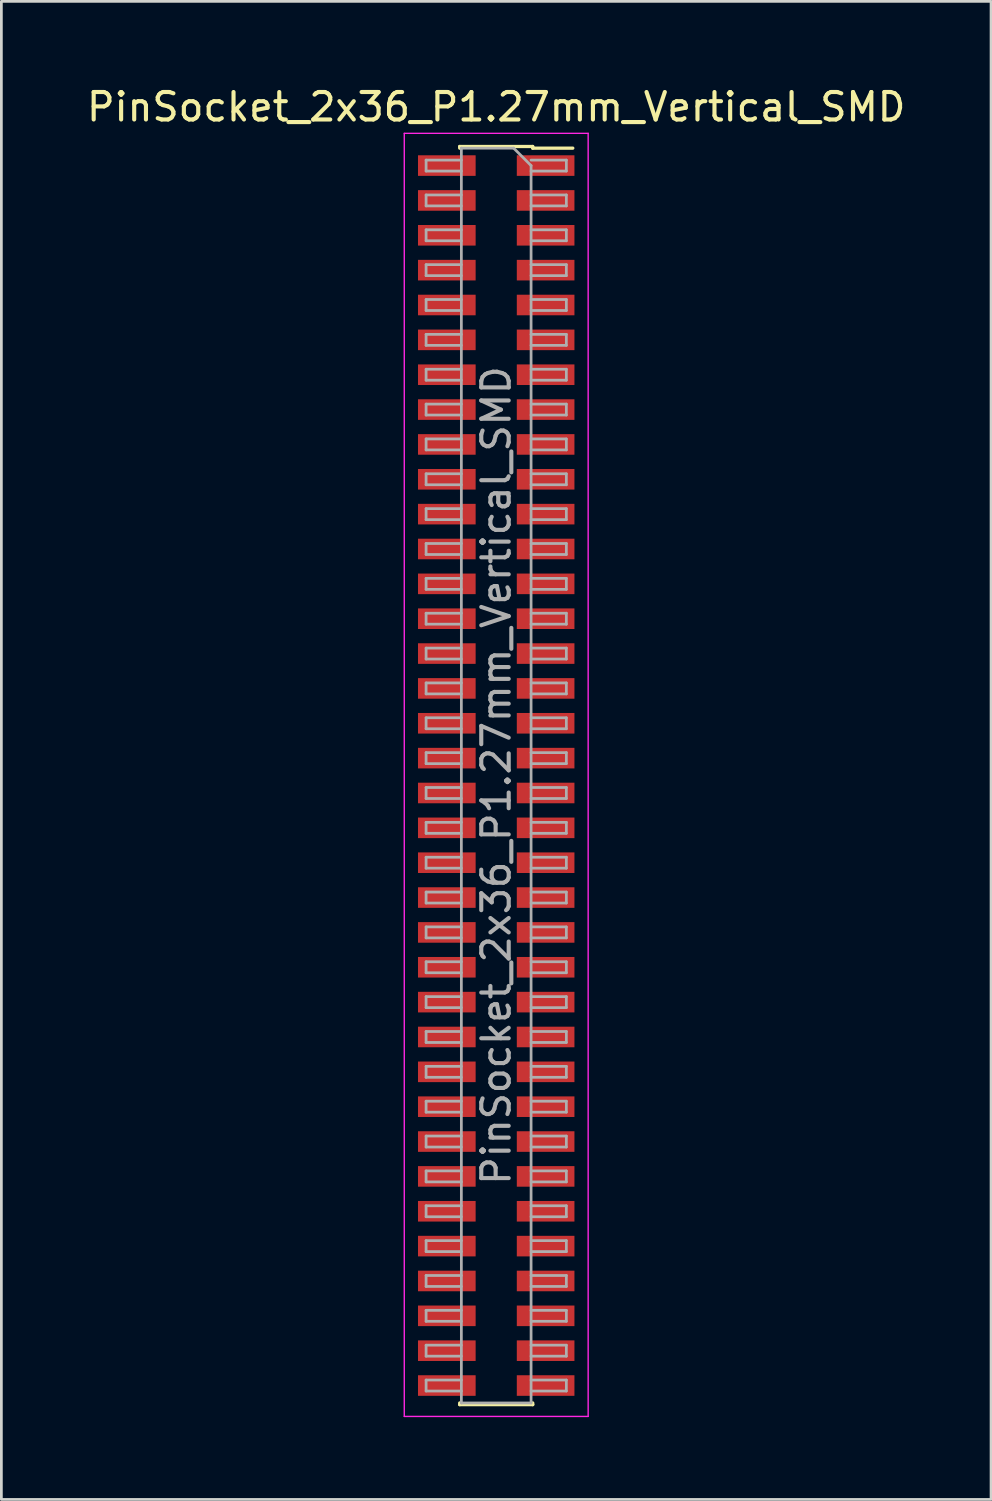
<source format=kicad_pcb>
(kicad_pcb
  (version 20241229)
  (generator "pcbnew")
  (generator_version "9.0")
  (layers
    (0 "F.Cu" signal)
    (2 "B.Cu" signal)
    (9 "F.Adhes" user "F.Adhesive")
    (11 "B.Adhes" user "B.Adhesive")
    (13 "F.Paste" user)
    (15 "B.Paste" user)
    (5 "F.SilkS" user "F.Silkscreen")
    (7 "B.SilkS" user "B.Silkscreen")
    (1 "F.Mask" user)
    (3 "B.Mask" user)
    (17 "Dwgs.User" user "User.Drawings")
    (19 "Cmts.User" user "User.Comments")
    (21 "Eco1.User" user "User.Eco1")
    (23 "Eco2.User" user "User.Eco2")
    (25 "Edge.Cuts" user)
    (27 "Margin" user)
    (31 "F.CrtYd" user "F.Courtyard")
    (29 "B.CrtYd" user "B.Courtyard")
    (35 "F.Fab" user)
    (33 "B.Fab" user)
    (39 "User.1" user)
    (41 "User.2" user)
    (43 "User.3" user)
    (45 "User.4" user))
  (footprint "PinSocket_2x36_P1.27mm_Vertical_SMD"
    (layer "F.Cu")
    (at 15.03 25.208)
    (property "Reference" "PinSocket_2x36_P1.27mm_Vertical_SMD" (at 0 -24.36 0) (layer "F.SilkS") (effects (font (size 1 1) (thickness 0.15))))
    (attr smd)
    (fp_line (start -1.33 -22.92) (end -1.33 -22.86) (stroke (width 0.12) (type solid)) (layer "F.SilkS"))
    (fp_line (start -1.33 -22.92) (end 1.33 -22.92) (stroke (width 0.12) (type solid)) (layer "F.SilkS"))
    (fp_line (start -1.33 22.86) (end -1.33 22.92) (stroke (width 0.12) (type solid)) (layer "F.SilkS"))
    (fp_line (start -1.33 22.92) (end 1.33 22.92) (stroke (width 0.12) (type solid)) (layer "F.SilkS"))
    (fp_line (start 1.33 -22.92) (end 1.33 -22.86) (stroke (width 0.12) (type solid)) (layer "F.SilkS"))
    (fp_line (start 1.33 -22.86) (end 2.79 -22.86) (stroke (width 0.12) (type solid)) (layer "F.SilkS"))
    (fp_line (start 1.33 22.86) (end 1.33 22.92) (stroke (width 0.12) (type solid)) (layer "F.SilkS"))
    (fp_line (start -3.35 -23.4) (end 3.35 -23.4) (stroke (width 0.05) (type solid)) (layer "F.CrtYd"))
    (fp_line (start -3.35 23.35) (end -3.35 -23.4) (stroke (width 0.05) (type solid)) (layer "F.CrtYd"))
    (fp_line (start 3.35 -23.4) (end 3.35 23.35) (stroke (width 0.05) (type solid)) (layer "F.CrtYd"))
    (fp_line (start 3.35 23.35) (end -3.35 23.35) (stroke (width 0.05) (type solid)) (layer "F.CrtYd"))
    (fp_line (start -2.555 -22.425) (end -1.27 -22.425) (stroke (width 0.1) (type solid)) (layer "F.Fab"))
    (fp_line (start -2.555 -22.025) (end -2.555 -22.425) (stroke (width 0.1) (type solid)) (layer "F.Fab"))
    (fp_line (start -2.555 -21.155) (end -1.27 -21.155) (stroke (width 0.1) (type solid)) (layer "F.Fab"))
    (fp_line (start -2.555 -20.755) (end -2.555 -21.155) (stroke (width 0.1) (type solid)) (layer "F.Fab"))
    (fp_line (start -2.555 -19.885) (end -1.27 -19.885) (stroke (width 0.1) (type solid)) (layer "F.Fab"))
    (fp_line (start -2.555 -19.485) (end -2.555 -19.885) (stroke (width 0.1) (type solid)) (layer "F.Fab"))
    (fp_line (start -2.555 -18.615) (end -1.27 -18.615) (stroke (width 0.1) (type solid)) (layer "F.Fab"))
    (fp_line (start -2.555 -18.215) (end -2.555 -18.615) (stroke (width 0.1) (type solid)) (layer "F.Fab"))
    (fp_line (start -2.555 -17.345) (end -1.27 -17.345) (stroke (width 0.1) (type solid)) (layer "F.Fab"))
    (fp_line (start -2.555 -16.945) (end -2.555 -17.345) (stroke (width 0.1) (type solid)) (layer "F.Fab"))
    (fp_line (start -2.555 -16.075) (end -1.27 -16.075) (stroke (width 0.1) (type solid)) (layer "F.Fab"))
    (fp_line (start -2.555 -15.675) (end -2.555 -16.075) (stroke (width 0.1) (type solid)) (layer "F.Fab"))
    (fp_line (start -2.555 -14.805) (end -1.27 -14.805) (stroke (width 0.1) (type solid)) (layer "F.Fab"))
    (fp_line (start -2.555 -14.405) (end -2.555 -14.805) (stroke (width 0.1) (type solid)) (layer "F.Fab"))
    (fp_line (start -2.555 -13.535) (end -1.27 -13.535) (stroke (width 0.1) (type solid)) (layer "F.Fab"))
    (fp_line (start -2.555 -13.135) (end -2.555 -13.535) (stroke (width 0.1) (type solid)) (layer "F.Fab"))
    (fp_line (start -2.555 -12.265) (end -1.27 -12.265) (stroke (width 0.1) (type solid)) (layer "F.Fab"))
    (fp_line (start -2.555 -11.865) (end -2.555 -12.265) (stroke (width 0.1) (type solid)) (layer "F.Fab"))
    (fp_line (start -2.555 -10.995) (end -1.27 -10.995) (stroke (width 0.1) (type solid)) (layer "F.Fab"))
    (fp_line (start -2.555 -10.595) (end -2.555 -10.995) (stroke (width 0.1) (type solid)) (layer "F.Fab"))
    (fp_line (start -2.555 -9.725) (end -1.27 -9.725) (stroke (width 0.1) (type solid)) (layer "F.Fab"))
    (fp_line (start -2.555 -9.325) (end -2.555 -9.725) (stroke (width 0.1) (type solid)) (layer "F.Fab"))
    (fp_line (start -2.555 -8.455) (end -1.27 -8.455) (stroke (width 0.1) (type solid)) (layer "F.Fab"))
    (fp_line (start -2.555 -8.055) (end -2.555 -8.455) (stroke (width 0.1) (type solid)) (layer "F.Fab"))
    (fp_line (start -2.555 -7.185) (end -1.27 -7.185) (stroke (width 0.1) (type solid)) (layer "F.Fab"))
    (fp_line (start -2.555 -6.785) (end -2.555 -7.185) (stroke (width 0.1) (type solid)) (layer "F.Fab"))
    (fp_line (start -2.555 -5.915) (end -1.27 -5.915) (stroke (width 0.1) (type solid)) (layer "F.Fab"))
    (fp_line (start -2.555 -5.515) (end -2.555 -5.915) (stroke (width 0.1) (type solid)) (layer "F.Fab"))
    (fp_line (start -2.555 -4.645) (end -1.27 -4.645) (stroke (width 0.1) (type solid)) (layer "F.Fab"))
    (fp_line (start -2.555 -4.245) (end -2.555 -4.645) (stroke (width 0.1) (type solid)) (layer "F.Fab"))
    (fp_line (start -2.555 -3.375) (end -1.27 -3.375) (stroke (width 0.1) (type solid)) (layer "F.Fab"))
    (fp_line (start -2.555 -2.975) (end -2.555 -3.375) (stroke (width 0.1) (type solid)) (layer "F.Fab"))
    (fp_line (start -2.555 -2.105) (end -1.27 -2.105) (stroke (width 0.1) (type solid)) (layer "F.Fab"))
    (fp_line (start -2.555 -1.705) (end -2.555 -2.105) (stroke (width 0.1) (type solid)) (layer "F.Fab"))
    (fp_line (start -2.555 -0.835) (end -1.27 -0.835) (stroke (width 0.1) (type solid)) (layer "F.Fab"))
    (fp_line (start -2.555 -0.435) (end -2.555 -0.835) (stroke (width 0.1) (type solid)) (layer "F.Fab"))
    (fp_line (start -2.555 0.435) (end -1.27 0.435) (stroke (width 0.1) (type solid)) (layer "F.Fab"))
    (fp_line (start -2.555 0.835) (end -2.555 0.435) (stroke (width 0.1) (type solid)) (layer "F.Fab"))
    (fp_line (start -2.555 1.705) (end -1.27 1.705) (stroke (width 0.1) (type solid)) (layer "F.Fab"))
    (fp_line (start -2.555 2.105) (end -2.555 1.705) (stroke (width 0.1) (type solid)) (layer "F.Fab"))
    (fp_line (start -2.555 2.975) (end -1.27 2.975) (stroke (width 0.1) (type solid)) (layer "F.Fab"))
    (fp_line (start -2.555 3.375) (end -2.555 2.975) (stroke (width 0.1) (type solid)) (layer "F.Fab"))
    (fp_line (start -2.555 4.245) (end -1.27 4.245) (stroke (width 0.1) (type solid)) (layer "F.Fab"))
    (fp_line (start -2.555 4.645) (end -2.555 4.245) (stroke (width 0.1) (type solid)) (layer "F.Fab"))
    (fp_line (start -2.555 5.515) (end -1.27 5.515) (stroke (width 0.1) (type solid)) (layer "F.Fab"))
    (fp_line (start -2.555 5.915) (end -2.555 5.515) (stroke (width 0.1) (type solid)) (layer "F.Fab"))
    (fp_line (start -2.555 6.785) (end -1.27 6.785) (stroke (width 0.1) (type solid)) (layer "F.Fab"))
    (fp_line (start -2.555 7.185) (end -2.555 6.785) (stroke (width 0.1) (type solid)) (layer "F.Fab"))
    (fp_line (start -2.555 8.055) (end -1.27 8.055) (stroke (width 0.1) (type solid)) (layer "F.Fab"))
    (fp_line (start -2.555 8.455) (end -2.555 8.055) (stroke (width 0.1) (type solid)) (layer "F.Fab"))
    (fp_line (start -2.555 9.325) (end -1.27 9.325) (stroke (width 0.1) (type solid)) (layer "F.Fab"))
    (fp_line (start -2.555 9.725) (end -2.555 9.325) (stroke (width 0.1) (type solid)) (layer "F.Fab"))
    (fp_line (start -2.555 10.595) (end -1.27 10.595) (stroke (width 0.1) (type solid)) (layer "F.Fab"))
    (fp_line (start -2.555 10.995) (end -2.555 10.595) (stroke (width 0.1) (type solid)) (layer "F.Fab"))
    (fp_line (start -2.555 11.865) (end -1.27 11.865) (stroke (width 0.1) (type solid)) (layer "F.Fab"))
    (fp_line (start -2.555 12.265) (end -2.555 11.865) (stroke (width 0.1) (type solid)) (layer "F.Fab"))
    (fp_line (start -2.555 13.135) (end -1.27 13.135) (stroke (width 0.1) (type solid)) (layer "F.Fab"))
    (fp_line (start -2.555 13.535) (end -2.555 13.135) (stroke (width 0.1) (type solid)) (layer "F.Fab"))
    (fp_line (start -2.555 14.405) (end -1.27 14.405) (stroke (width 0.1) (type solid)) (layer "F.Fab"))
    (fp_line (start -2.555 14.805) (end -2.555 14.405) (stroke (width 0.1) (type solid)) (layer "F.Fab"))
    (fp_line (start -2.555 15.675) (end -1.27 15.675) (stroke (width 0.1) (type solid)) (layer "F.Fab"))
    (fp_line (start -2.555 16.075) (end -2.555 15.675) (stroke (width 0.1) (type solid)) (layer "F.Fab"))
    (fp_line (start -2.555 16.945) (end -1.27 16.945) (stroke (width 0.1) (type solid)) (layer "F.Fab"))
    (fp_line (start -2.555 17.345) (end -2.555 16.945) (stroke (width 0.1) (type solid)) (layer "F.Fab"))
    (fp_line (start -2.555 18.215) (end -1.27 18.215) (stroke (width 0.1) (type solid)) (layer "F.Fab"))
    (fp_line (start -2.555 18.615) (end -2.555 18.215) (stroke (width 0.1) (type solid)) (layer "F.Fab"))
    (fp_line (start -2.555 19.485) (end -1.27 19.485) (stroke (width 0.1) (type solid)) (layer "F.Fab"))
    (fp_line (start -2.555 19.885) (end -2.555 19.485) (stroke (width 0.1) (type solid)) (layer "F.Fab"))
    (fp_line (start -2.555 20.755) (end -1.27 20.755) (stroke (width 0.1) (type solid)) (layer "F.Fab"))
    (fp_line (start -2.555 21.155) (end -2.555 20.755) (stroke (width 0.1) (type solid)) (layer "F.Fab"))
    (fp_line (start -2.555 22.025) (end -1.27 22.025) (stroke (width 0.1) (type solid)) (layer "F.Fab"))
    (fp_line (start -2.555 22.425) (end -2.555 22.025) (stroke (width 0.1) (type solid)) (layer "F.Fab"))
    (fp_line (start -1.27 -22.86) (end 0.635 -22.86) (stroke (width 0.1) (type solid)) (layer "F.Fab"))
    (fp_line (start -1.27 -22.025) (end -2.555 -22.025) (stroke (width 0.1) (type solid)) (layer "F.Fab"))
    (fp_line (start -1.27 -20.755) (end -2.555 -20.755) (stroke (width 0.1) (type solid)) (layer "F.Fab"))
    (fp_line (start -1.27 -19.485) (end -2.555 -19.485) (stroke (width 0.1) (type solid)) (layer "F.Fab"))
    (fp_line (start -1.27 -18.215) (end -2.555 -18.215) (stroke (width 0.1) (type solid)) (layer "F.Fab"))
    (fp_line (start -1.27 -16.945) (end -2.555 -16.945) (stroke (width 0.1) (type solid)) (layer "F.Fab"))
    (fp_line (start -1.27 -15.675) (end -2.555 -15.675) (stroke (width 0.1) (type solid)) (layer "F.Fab"))
    (fp_line (start -1.27 -14.405) (end -2.555 -14.405) (stroke (width 0.1) (type solid)) (layer "F.Fab"))
    (fp_line (start -1.27 -13.135) (end -2.555 -13.135) (stroke (width 0.1) (type solid)) (layer "F.Fab"))
    (fp_line (start -1.27 -11.865) (end -2.555 -11.865) (stroke (width 0.1) (type solid)) (layer "F.Fab"))
    (fp_line (start -1.27 -10.595) (end -2.555 -10.595) (stroke (width 0.1) (type solid)) (layer "F.Fab"))
    (fp_line (start -1.27 -9.325) (end -2.555 -9.325) (stroke (width 0.1) (type solid)) (layer "F.Fab"))
    (fp_line (start -1.27 -8.055) (end -2.555 -8.055) (stroke (width 0.1) (type solid)) (layer "F.Fab"))
    (fp_line (start -1.27 -6.785) (end -2.555 -6.785) (stroke (width 0.1) (type solid)) (layer "F.Fab"))
    (fp_line (start -1.27 -5.515) (end -2.555 -5.515) (stroke (width 0.1) (type solid)) (layer "F.Fab"))
    (fp_line (start -1.27 -4.245) (end -2.555 -4.245) (stroke (width 0.1) (type solid)) (layer "F.Fab"))
    (fp_line (start -1.27 -2.975) (end -2.555 -2.975) (stroke (width 0.1) (type solid)) (layer "F.Fab"))
    (fp_line (start -1.27 -1.705) (end -2.555 -1.705) (stroke (width 0.1) (type solid)) (layer "F.Fab"))
    (fp_line (start -1.27 -0.435) (end -2.555 -0.435) (stroke (width 0.1) (type solid)) (layer "F.Fab"))
    (fp_line (start -1.27 0.835) (end -2.555 0.835) (stroke (width 0.1) (type solid)) (layer "F.Fab"))
    (fp_line (start -1.27 2.105) (end -2.555 2.105) (stroke (width 0.1) (type solid)) (layer "F.Fab"))
    (fp_line (start -1.27 3.375) (end -2.555 3.375) (stroke (width 0.1) (type solid)) (layer "F.Fab"))
    (fp_line (start -1.27 4.645) (end -2.555 4.645) (stroke (width 0.1) (type solid)) (layer "F.Fab"))
    (fp_line (start -1.27 5.915) (end -2.555 5.915) (stroke (width 0.1) (type solid)) (layer "F.Fab"))
    (fp_line (start -1.27 7.185) (end -2.555 7.185) (stroke (width 0.1) (type solid)) (layer "F.Fab"))
    (fp_line (start -1.27 8.455) (end -2.555 8.455) (stroke (width 0.1) (type solid)) (layer "F.Fab"))
    (fp_line (start -1.27 9.725) (end -2.555 9.725) (stroke (width 0.1) (type solid)) (layer "F.Fab"))
    (fp_line (start -1.27 10.995) (end -2.555 10.995) (stroke (width 0.1) (type solid)) (layer "F.Fab"))
    (fp_line (start -1.27 12.265) (end -2.555 12.265) (stroke (width 0.1) (type solid)) (layer "F.Fab"))
    (fp_line (start -1.27 13.535) (end -2.555 13.535) (stroke (width 0.1) (type solid)) (layer "F.Fab"))
    (fp_line (start -1.27 14.805) (end -2.555 14.805) (stroke (width 0.1) (type solid)) (layer "F.Fab"))
    (fp_line (start -1.27 16.075) (end -2.555 16.075) (stroke (width 0.1) (type solid)) (layer "F.Fab"))
    (fp_line (start -1.27 17.345) (end -2.555 17.345) (stroke (width 0.1) (type solid)) (layer "F.Fab"))
    (fp_line (start -1.27 18.615) (end -2.555 18.615) (stroke (width 0.1) (type solid)) (layer "F.Fab"))
    (fp_line (start -1.27 19.885) (end -2.555 19.885) (stroke (width 0.1) (type solid)) (layer "F.Fab"))
    (fp_line (start -1.27 21.155) (end -2.555 21.155) (stroke (width 0.1) (type solid)) (layer "F.Fab"))
    (fp_line (start -1.27 22.425) (end -2.555 22.425) (stroke (width 0.1) (type solid)) (layer "F.Fab"))
    (fp_line (start -1.27 22.86) (end -1.27 -22.86) (stroke (width 0.1) (type solid)) (layer "F.Fab"))
    (fp_line (start 0.635 -22.86) (end 1.27 -22.225) (stroke (width 0.1) (type solid)) (layer "F.Fab"))
    (fp_line (start 1.27 -22.425) (end 2.555 -22.425) (stroke (width 0.1) (type solid)) (layer "F.Fab"))
    (fp_line (start 1.27 -22.225) (end 1.27 22.86) (stroke (width 0.1) (type solid)) (layer "F.Fab"))
    (fp_line (start 1.27 -21.155) (end 2.555 -21.155) (stroke (width 0.1) (type solid)) (layer "F.Fab"))
    (fp_line (start 1.27 -19.885) (end 2.555 -19.885) (stroke (width 0.1) (type solid)) (layer "F.Fab"))
    (fp_line (start 1.27 -18.615) (end 2.555 -18.615) (stroke (width 0.1) (type solid)) (layer "F.Fab"))
    (fp_line (start 1.27 -17.345) (end 2.555 -17.345) (stroke (width 0.1) (type solid)) (layer "F.Fab"))
    (fp_line (start 1.27 -16.075) (end 2.555 -16.075) (stroke (width 0.1) (type solid)) (layer "F.Fab"))
    (fp_line (start 1.27 -14.805) (end 2.555 -14.805) (stroke (width 0.1) (type solid)) (layer "F.Fab"))
    (fp_line (start 1.27 -13.535) (end 2.555 -13.535) (stroke (width 0.1) (type solid)) (layer "F.Fab"))
    (fp_line (start 1.27 -12.265) (end 2.555 -12.265) (stroke (width 0.1) (type solid)) (layer "F.Fab"))
    (fp_line (start 1.27 -10.995) (end 2.555 -10.995) (stroke (width 0.1) (type solid)) (layer "F.Fab"))
    (fp_line (start 1.27 -9.725) (end 2.555 -9.725) (stroke (width 0.1) (type solid)) (layer "F.Fab"))
    (fp_line (start 1.27 -8.455) (end 2.555 -8.455) (stroke (width 0.1) (type solid)) (layer "F.Fab"))
    (fp_line (start 1.27 -7.185) (end 2.555 -7.185) (stroke (width 0.1) (type solid)) (layer "F.Fab"))
    (fp_line (start 1.27 -5.915) (end 2.555 -5.915) (stroke (width 0.1) (type solid)) (layer "F.Fab"))
    (fp_line (start 1.27 -4.645) (end 2.555 -4.645) (stroke (width 0.1) (type solid)) (layer "F.Fab"))
    (fp_line (start 1.27 -3.375) (end 2.555 -3.375) (stroke (width 0.1) (type solid)) (layer "F.Fab"))
    (fp_line (start 1.27 -2.105) (end 2.555 -2.105) (stroke (width 0.1) (type solid)) (layer "F.Fab"))
    (fp_line (start 1.27 -0.835) (end 2.555 -0.835) (stroke (width 0.1) (type solid)) (layer "F.Fab"))
    (fp_line (start 1.27 0.435) (end 2.555 0.435) (stroke (width 0.1) (type solid)) (layer "F.Fab"))
    (fp_line (start 1.27 1.705) (end 2.555 1.705) (stroke (width 0.1) (type solid)) (layer "F.Fab"))
    (fp_line (start 1.27 2.975) (end 2.555 2.975) (stroke (width 0.1) (type solid)) (layer "F.Fab"))
    (fp_line (start 1.27 4.245) (end 2.555 4.245) (stroke (width 0.1) (type solid)) (layer "F.Fab"))
    (fp_line (start 1.27 5.515) (end 2.555 5.515) (stroke (width 0.1) (type solid)) (layer "F.Fab"))
    (fp_line (start 1.27 6.785) (end 2.555 6.785) (stroke (width 0.1) (type solid)) (layer "F.Fab"))
    (fp_line (start 1.27 8.055) (end 2.555 8.055) (stroke (width 0.1) (type solid)) (layer "F.Fab"))
    (fp_line (start 1.27 9.325) (end 2.555 9.325) (stroke (width 0.1) (type solid)) (layer "F.Fab"))
    (fp_line (start 1.27 10.595) (end 2.555 10.595) (stroke (width 0.1) (type solid)) (layer "F.Fab"))
    (fp_line (start 1.27 11.865) (end 2.555 11.865) (stroke (width 0.1) (type solid)) (layer "F.Fab"))
    (fp_line (start 1.27 13.135) (end 2.555 13.135) (stroke (width 0.1) (type solid)) (layer "F.Fab"))
    (fp_line (start 1.27 14.405) (end 2.555 14.405) (stroke (width 0.1) (type solid)) (layer "F.Fab"))
    (fp_line (start 1.27 15.675) (end 2.555 15.675) (stroke (width 0.1) (type solid)) (layer "F.Fab"))
    (fp_line (start 1.27 16.945) (end 2.555 16.945) (stroke (width 0.1) (type solid)) (layer "F.Fab"))
    (fp_line (start 1.27 18.215) (end 2.555 18.215) (stroke (width 0.1) (type solid)) (layer "F.Fab"))
    (fp_line (start 1.27 19.485) (end 2.555 19.485) (stroke (width 0.1) (type solid)) (layer "F.Fab"))
    (fp_line (start 1.27 20.755) (end 2.555 20.755) (stroke (width 0.1) (type solid)) (layer "F.Fab"))
    (fp_line (start 1.27 22.025) (end 2.555 22.025) (stroke (width 0.1) (type solid)) (layer "F.Fab"))
    (fp_line (start 1.27 22.86) (end -1.27 22.86) (stroke (width 0.1) (type solid)) (layer "F.Fab"))
    (fp_line (start 2.555 -22.425) (end 2.555 -22.025) (stroke (width 0.1) (type solid)) (layer "F.Fab"))
    (fp_line (start 2.555 -22.025) (end 1.27 -22.025) (stroke (width 0.1) (type solid)) (layer "F.Fab"))
    (fp_line (start 2.555 -21.155) (end 2.555 -20.755) (stroke (width 0.1) (type solid)) (layer "F.Fab"))
    (fp_line (start 2.555 -20.755) (end 1.27 -20.755) (stroke (width 0.1) (type solid)) (layer "F.Fab"))
    (fp_line (start 2.555 -19.885) (end 2.555 -19.485) (stroke (width 0.1) (type solid)) (layer "F.Fab"))
    (fp_line (start 2.555 -19.485) (end 1.27 -19.485) (stroke (width 0.1) (type solid)) (layer "F.Fab"))
    (fp_line (start 2.555 -18.615) (end 2.555 -18.215) (stroke (width 0.1) (type solid)) (layer "F.Fab"))
    (fp_line (start 2.555 -18.215) (end 1.27 -18.215) (stroke (width 0.1) (type solid)) (layer "F.Fab"))
    (fp_line (start 2.555 -17.345) (end 2.555 -16.945) (stroke (width 0.1) (type solid)) (layer "F.Fab"))
    (fp_line (start 2.555 -16.945) (end 1.27 -16.945) (stroke (width 0.1) (type solid)) (layer "F.Fab"))
    (fp_line (start 2.555 -16.075) (end 2.555 -15.675) (stroke (width 0.1) (type solid)) (layer "F.Fab"))
    (fp_line (start 2.555 -15.675) (end 1.27 -15.675) (stroke (width 0.1) (type solid)) (layer "F.Fab"))
    (fp_line (start 2.555 -14.805) (end 2.555 -14.405) (stroke (width 0.1) (type solid)) (layer "F.Fab"))
    (fp_line (start 2.555 -14.405) (end 1.27 -14.405) (stroke (width 0.1) (type solid)) (layer "F.Fab"))
    (fp_line (start 2.555 -13.535) (end 2.555 -13.135) (stroke (width 0.1) (type solid)) (layer "F.Fab"))
    (fp_line (start 2.555 -13.135) (end 1.27 -13.135) (stroke (width 0.1) (type solid)) (layer "F.Fab"))
    (fp_line (start 2.555 -12.265) (end 2.555 -11.865) (stroke (width 0.1) (type solid)) (layer "F.Fab"))
    (fp_line (start 2.555 -11.865) (end 1.27 -11.865) (stroke (width 0.1) (type solid)) (layer "F.Fab"))
    (fp_line (start 2.555 -10.995) (end 2.555 -10.595) (stroke (width 0.1) (type solid)) (layer "F.Fab"))
    (fp_line (start 2.555 -10.595) (end 1.27 -10.595) (stroke (width 0.1) (type solid)) (layer "F.Fab"))
    (fp_line (start 2.555 -9.725) (end 2.555 -9.325) (stroke (width 0.1) (type solid)) (layer "F.Fab"))
    (fp_line (start 2.555 -9.325) (end 1.27 -9.325) (stroke (width 0.1) (type solid)) (layer "F.Fab"))
    (fp_line (start 2.555 -8.455) (end 2.555 -8.055) (stroke (width 0.1) (type solid)) (layer "F.Fab"))
    (fp_line (start 2.555 -8.055) (end 1.27 -8.055) (stroke (width 0.1) (type solid)) (layer "F.Fab"))
    (fp_line (start 2.555 -7.185) (end 2.555 -6.785) (stroke (width 0.1) (type solid)) (layer "F.Fab"))
    (fp_line (start 2.555 -6.785) (end 1.27 -6.785) (stroke (width 0.1) (type solid)) (layer "F.Fab"))
    (fp_line (start 2.555 -5.915) (end 2.555 -5.515) (stroke (width 0.1) (type solid)) (layer "F.Fab"))
    (fp_line (start 2.555 -5.515) (end 1.27 -5.515) (stroke (width 0.1) (type solid)) (layer "F.Fab"))
    (fp_line (start 2.555 -4.645) (end 2.555 -4.245) (stroke (width 0.1) (type solid)) (layer "F.Fab"))
    (fp_line (start 2.555 -4.245) (end 1.27 -4.245) (stroke (width 0.1) (type solid)) (layer "F.Fab"))
    (fp_line (start 2.555 -3.375) (end 2.555 -2.975) (stroke (width 0.1) (type solid)) (layer "F.Fab"))
    (fp_line (start 2.555 -2.975) (end 1.27 -2.975) (stroke (width 0.1) (type solid)) (layer "F.Fab"))
    (fp_line (start 2.555 -2.105) (end 2.555 -1.705) (stroke (width 0.1) (type solid)) (layer "F.Fab"))
    (fp_line (start 2.555 -1.705) (end 1.27 -1.705) (stroke (width 0.1) (type solid)) (layer "F.Fab"))
    (fp_line (start 2.555 -0.835) (end 2.555 -0.435) (stroke (width 0.1) (type solid)) (layer "F.Fab"))
    (fp_line (start 2.555 -0.435) (end 1.27 -0.435) (stroke (width 0.1) (type solid)) (layer "F.Fab"))
    (fp_line (start 2.555 0.435) (end 2.555 0.835) (stroke (width 0.1) (type solid)) (layer "F.Fab"))
    (fp_line (start 2.555 0.835) (end 1.27 0.835) (stroke (width 0.1) (type solid)) (layer "F.Fab"))
    (fp_line (start 2.555 1.705) (end 2.555 2.105) (stroke (width 0.1) (type solid)) (layer "F.Fab"))
    (fp_line (start 2.555 2.105) (end 1.27 2.105) (stroke (width 0.1) (type solid)) (layer "F.Fab"))
    (fp_line (start 2.555 2.975) (end 2.555 3.375) (stroke (width 0.1) (type solid)) (layer "F.Fab"))
    (fp_line (start 2.555 3.375) (end 1.27 3.375) (stroke (width 0.1) (type solid)) (layer "F.Fab"))
    (fp_line (start 2.555 4.245) (end 2.555 4.645) (stroke (width 0.1) (type solid)) (layer "F.Fab"))
    (fp_line (start 2.555 4.645) (end 1.27 4.645) (stroke (width 0.1) (type solid)) (layer "F.Fab"))
    (fp_line (start 2.555 5.515) (end 2.555 5.915) (stroke (width 0.1) (type solid)) (layer "F.Fab"))
    (fp_line (start 2.555 5.915) (end 1.27 5.915) (stroke (width 0.1) (type solid)) (layer "F.Fab"))
    (fp_line (start 2.555 6.785) (end 2.555 7.185) (stroke (width 0.1) (type solid)) (layer "F.Fab"))
    (fp_line (start 2.555 7.185) (end 1.27 7.185) (stroke (width 0.1) (type solid)) (layer "F.Fab"))
    (fp_line (start 2.555 8.055) (end 2.555 8.455) (stroke (width 0.1) (type solid)) (layer "F.Fab"))
    (fp_line (start 2.555 8.455) (end 1.27 8.455) (stroke (width 0.1) (type solid)) (layer "F.Fab"))
    (fp_line (start 2.555 9.325) (end 2.555 9.725) (stroke (width 0.1) (type solid)) (layer "F.Fab"))
    (fp_line (start 2.555 9.725) (end 1.27 9.725) (stroke (width 0.1) (type solid)) (layer "F.Fab"))
    (fp_line (start 2.555 10.595) (end 2.555 10.995) (stroke (width 0.1) (type solid)) (layer "F.Fab"))
    (fp_line (start 2.555 10.995) (end 1.27 10.995) (stroke (width 0.1) (type solid)) (layer "F.Fab"))
    (fp_line (start 2.555 11.865) (end 2.555 12.265) (stroke (width 0.1) (type solid)) (layer "F.Fab"))
    (fp_line (start 2.555 12.265) (end 1.27 12.265) (stroke (width 0.1) (type solid)) (layer "F.Fab"))
    (fp_line (start 2.555 13.135) (end 2.555 13.535) (stroke (width 0.1) (type solid)) (layer "F.Fab"))
    (fp_line (start 2.555 13.535) (end 1.27 13.535) (stroke (width 0.1) (type solid)) (layer "F.Fab"))
    (fp_line (start 2.555 14.405) (end 2.555 14.805) (stroke (width 0.1) (type solid)) (layer "F.Fab"))
    (fp_line (start 2.555 14.805) (end 1.27 14.805) (stroke (width 0.1) (type solid)) (layer "F.Fab"))
    (fp_line (start 2.555 15.675) (end 2.555 16.075) (stroke (width 0.1) (type solid)) (layer "F.Fab"))
    (fp_line (start 2.555 16.075) (end 1.27 16.075) (stroke (width 0.1) (type solid)) (layer "F.Fab"))
    (fp_line (start 2.555 16.945) (end 2.555 17.345) (stroke (width 0.1) (type solid)) (layer "F.Fab"))
    (fp_line (start 2.555 17.345) (end 1.27 17.345) (stroke (width 0.1) (type solid)) (layer "F.Fab"))
    (fp_line (start 2.555 18.215) (end 2.555 18.615) (stroke (width 0.1) (type solid)) (layer "F.Fab"))
    (fp_line (start 2.555 18.615) (end 1.27 18.615) (stroke (width 0.1) (type solid)) (layer "F.Fab"))
    (fp_line (start 2.555 19.485) (end 2.555 19.885) (stroke (width 0.1) (type solid)) (layer "F.Fab"))
    (fp_line (start 2.555 19.885) (end 1.27 19.885) (stroke (width 0.1) (type solid)) (layer "F.Fab"))
    (fp_line (start 2.555 20.755) (end 2.555 21.155) (stroke (width 0.1) (type solid)) (layer "F.Fab"))
    (fp_line (start 2.555 21.155) (end 1.27 21.155) (stroke (width 0.1) (type solid)) (layer "F.Fab"))
    (fp_line (start 2.555 22.025) (end 2.555 22.425) (stroke (width 0.1) (type solid)) (layer "F.Fab"))
    (fp_line (start 2.555 22.425) (end 1.27 22.425) (stroke (width 0.1) (type solid)) (layer "F.Fab"))
    (fp_text user "${REFERENCE}" (at 0 0 90) (layer "F.Fab") (effects (font (size 1 1) (thickness 0.15))))
    (pad "1" smd rect (at 1.8 -22.225) (size 2.1 0.75) (layers "F.Cu" "F.Mask" "F.Paste"))
    (pad "2" smd rect (at -1.8 -22.225) (size 2.1 0.75) (layers "F.Cu" "F.Mask" "F.Paste"))
    (pad "3" smd rect (at 1.8 -20.955) (size 2.1 0.75) (layers "F.Cu" "F.Mask" "F.Paste"))
    (pad "4" smd rect (at -1.8 -20.955) (size 2.1 0.75) (layers "F.Cu" "F.Mask" "F.Paste"))
    (pad "5" smd rect (at 1.8 -19.685) (size 2.1 0.75) (layers "F.Cu" "F.Mask" "F.Paste"))
    (pad "6" smd rect (at -1.8 -19.685) (size 2.1 0.75) (layers "F.Cu" "F.Mask" "F.Paste"))
    (pad "7" smd rect (at 1.8 -18.415) (size 2.1 0.75) (layers "F.Cu" "F.Mask" "F.Paste"))
    (pad "8" smd rect (at -1.8 -18.415) (size 2.1 0.75) (layers "F.Cu" "F.Mask" "F.Paste"))
    (pad "9" smd rect (at 1.8 -17.145) (size 2.1 0.75) (layers "F.Cu" "F.Mask" "F.Paste"))
    (pad "10" smd rect (at -1.8 -17.145) (size 2.1 0.75) (layers "F.Cu" "F.Mask" "F.Paste"))
    (pad "11" smd rect (at 1.8 -15.875) (size 2.1 0.75) (layers "F.Cu" "F.Mask" "F.Paste"))
    (pad "12" smd rect (at -1.8 -15.875) (size 2.1 0.75) (layers "F.Cu" "F.Mask" "F.Paste"))
    (pad "13" smd rect (at 1.8 -14.605) (size 2.1 0.75) (layers "F.Cu" "F.Mask" "F.Paste"))
    (pad "14" smd rect (at -1.8 -14.605) (size 2.1 0.75) (layers "F.Cu" "F.Mask" "F.Paste"))
    (pad "15" smd rect (at 1.8 -13.335) (size 2.1 0.75) (layers "F.Cu" "F.Mask" "F.Paste"))
    (pad "16" smd rect (at -1.8 -13.335) (size 2.1 0.75) (layers "F.Cu" "F.Mask" "F.Paste"))
    (pad "17" smd rect (at 1.8 -12.065) (size 2.1 0.75) (layers "F.Cu" "F.Mask" "F.Paste"))
    (pad "18" smd rect (at -1.8 -12.065) (size 2.1 0.75) (layers "F.Cu" "F.Mask" "F.Paste"))
    (pad "19" smd rect (at 1.8 -10.795) (size 2.1 0.75) (layers "F.Cu" "F.Mask" "F.Paste"))
    (pad "20" smd rect (at -1.8 -10.795) (size 2.1 0.75) (layers "F.Cu" "F.Mask" "F.Paste"))
    (pad "21" smd rect (at 1.8 -9.525) (size 2.1 0.75) (layers "F.Cu" "F.Mask" "F.Paste"))
    (pad "22" smd rect (at -1.8 -9.525) (size 2.1 0.75) (layers "F.Cu" "F.Mask" "F.Paste"))
    (pad "23" smd rect (at 1.8 -8.255) (size 2.1 0.75) (layers "F.Cu" "F.Mask" "F.Paste"))
    (pad "24" smd rect (at -1.8 -8.255) (size 2.1 0.75) (layers "F.Cu" "F.Mask" "F.Paste"))
    (pad "25" smd rect (at 1.8 -6.985) (size 2.1 0.75) (layers "F.Cu" "F.Mask" "F.Paste"))
    (pad "26" smd rect (at -1.8 -6.985) (size 2.1 0.75) (layers "F.Cu" "F.Mask" "F.Paste"))
    (pad "27" smd rect (at 1.8 -5.715) (size 2.1 0.75) (layers "F.Cu" "F.Mask" "F.Paste"))
    (pad "28" smd rect (at -1.8 -5.715) (size 2.1 0.75) (layers "F.Cu" "F.Mask" "F.Paste"))
    (pad "29" smd rect (at 1.8 -4.445) (size 2.1 0.75) (layers "F.Cu" "F.Mask" "F.Paste"))
    (pad "30" smd rect (at -1.8 -4.445) (size 2.1 0.75) (layers "F.Cu" "F.Mask" "F.Paste"))
    (pad "31" smd rect (at 1.8 -3.175) (size 2.1 0.75) (layers "F.Cu" "F.Mask" "F.Paste"))
    (pad "32" smd rect (at -1.8 -3.175) (size 2.1 0.75) (layers "F.Cu" "F.Mask" "F.Paste"))
    (pad "33" smd rect (at 1.8 -1.905) (size 2.1 0.75) (layers "F.Cu" "F.Mask" "F.Paste"))
    (pad "34" smd rect (at -1.8 -1.905) (size 2.1 0.75) (layers "F.Cu" "F.Mask" "F.Paste"))
    (pad "35" smd rect (at 1.8 -0.635) (size 2.1 0.75) (layers "F.Cu" "F.Mask" "F.Paste"))
    (pad "36" smd rect (at -1.8 -0.635) (size 2.1 0.75) (layers "F.Cu" "F.Mask" "F.Paste"))
    (pad "37" smd rect (at 1.8 0.635) (size 2.1 0.75) (layers "F.Cu" "F.Mask" "F.Paste"))
    (pad "38" smd rect (at -1.8 0.635) (size 2.1 0.75) (layers "F.Cu" "F.Mask" "F.Paste"))
    (pad "39" smd rect (at 1.8 1.905) (size 2.1 0.75) (layers "F.Cu" "F.Mask" "F.Paste"))
    (pad "40" smd rect (at -1.8 1.905) (size 2.1 0.75) (layers "F.Cu" "F.Mask" "F.Paste"))
    (pad "41" smd rect (at 1.8 3.175) (size 2.1 0.75) (layers "F.Cu" "F.Mask" "F.Paste"))
    (pad "42" smd rect (at -1.8 3.175) (size 2.1 0.75) (layers "F.Cu" "F.Mask" "F.Paste"))
    (pad "43" smd rect (at 1.8 4.445) (size 2.1 0.75) (layers "F.Cu" "F.Mask" "F.Paste"))
    (pad "44" smd rect (at -1.8 4.445) (size 2.1 0.75) (layers "F.Cu" "F.Mask" "F.Paste"))
    (pad "45" smd rect (at 1.8 5.715) (size 2.1 0.75) (layers "F.Cu" "F.Mask" "F.Paste"))
    (pad "46" smd rect (at -1.8 5.715) (size 2.1 0.75) (layers "F.Cu" "F.Mask" "F.Paste"))
    (pad "47" smd rect (at 1.8 6.985) (size 2.1 0.75) (layers "F.Cu" "F.Mask" "F.Paste"))
    (pad "48" smd rect (at -1.8 6.985) (size 2.1 0.75) (layers "F.Cu" "F.Mask" "F.Paste"))
    (pad "49" smd rect (at 1.8 8.255) (size 2.1 0.75) (layers "F.Cu" "F.Mask" "F.Paste"))
    (pad "50" smd rect (at -1.8 8.255) (size 2.1 0.75) (layers "F.Cu" "F.Mask" "F.Paste"))
    (pad "51" smd rect (at 1.8 9.525) (size 2.1 0.75) (layers "F.Cu" "F.Mask" "F.Paste"))
    (pad "52" smd rect (at -1.8 9.525) (size 2.1 0.75) (layers "F.Cu" "F.Mask" "F.Paste"))
    (pad "53" smd rect (at 1.8 10.795) (size 2.1 0.75) (layers "F.Cu" "F.Mask" "F.Paste"))
    (pad "54" smd rect (at -1.8 10.795) (size 2.1 0.75) (layers "F.Cu" "F.Mask" "F.Paste"))
    (pad "55" smd rect (at 1.8 12.065) (size 2.1 0.75) (layers "F.Cu" "F.Mask" "F.Paste"))
    (pad "56" smd rect (at -1.8 12.065) (size 2.1 0.75) (layers "F.Cu" "F.Mask" "F.Paste"))
    (pad "57" smd rect (at 1.8 13.335) (size 2.1 0.75) (layers "F.Cu" "F.Mask" "F.Paste"))
    (pad "58" smd rect (at -1.8 13.335) (size 2.1 0.75) (layers "F.Cu" "F.Mask" "F.Paste"))
    (pad "59" smd rect (at 1.8 14.605) (size 2.1 0.75) (layers "F.Cu" "F.Mask" "F.Paste"))
    (pad "60" smd rect (at -1.8 14.605) (size 2.1 0.75) (layers "F.Cu" "F.Mask" "F.Paste"))
    (pad "61" smd rect (at 1.8 15.875) (size 2.1 0.75) (layers "F.Cu" "F.Mask" "F.Paste"))
    (pad "62" smd rect (at -1.8 15.875) (size 2.1 0.75) (layers "F.Cu" "F.Mask" "F.Paste"))
    (pad "63" smd rect (at 1.8 17.145) (size 2.1 0.75) (layers "F.Cu" "F.Mask" "F.Paste"))
    (pad "64" smd rect (at -1.8 17.145) (size 2.1 0.75) (layers "F.Cu" "F.Mask" "F.Paste"))
    (pad "65" smd rect (at 1.8 18.415) (size 2.1 0.75) (layers "F.Cu" "F.Mask" "F.Paste"))
    (pad "66" smd rect (at -1.8 18.415) (size 2.1 0.75) (layers "F.Cu" "F.Mask" "F.Paste"))
    (pad "67" smd rect (at 1.8 19.685) (size 2.1 0.75) (layers "F.Cu" "F.Mask" "F.Paste"))
    (pad "68" smd rect (at -1.8 19.685) (size 2.1 0.75) (layers "F.Cu" "F.Mask" "F.Paste"))
    (pad "69" smd rect (at 1.8 20.955) (size 2.1 0.75) (layers "F.Cu" "F.Mask" "F.Paste"))
    (pad "70" smd rect (at -1.8 20.955) (size 2.1 0.75) (layers "F.Cu" "F.Mask" "F.Paste"))
    (pad "71" smd rect (at 1.8 22.225) (size 2.1 0.75) (layers "F.Cu" "F.Mask" "F.Paste"))
    (pad "72" smd rect (at -1.8 22.225) (size 2.1 0.75) (layers "F.Cu" "F.Mask" "F.Paste")))
  (gr_rect
    (start -3 -3)
    (end 33.06 51.583)
    (stroke (width 0.1) (type default))
    (fill no)
    (layer "Edge.Cuts")))
</source>
